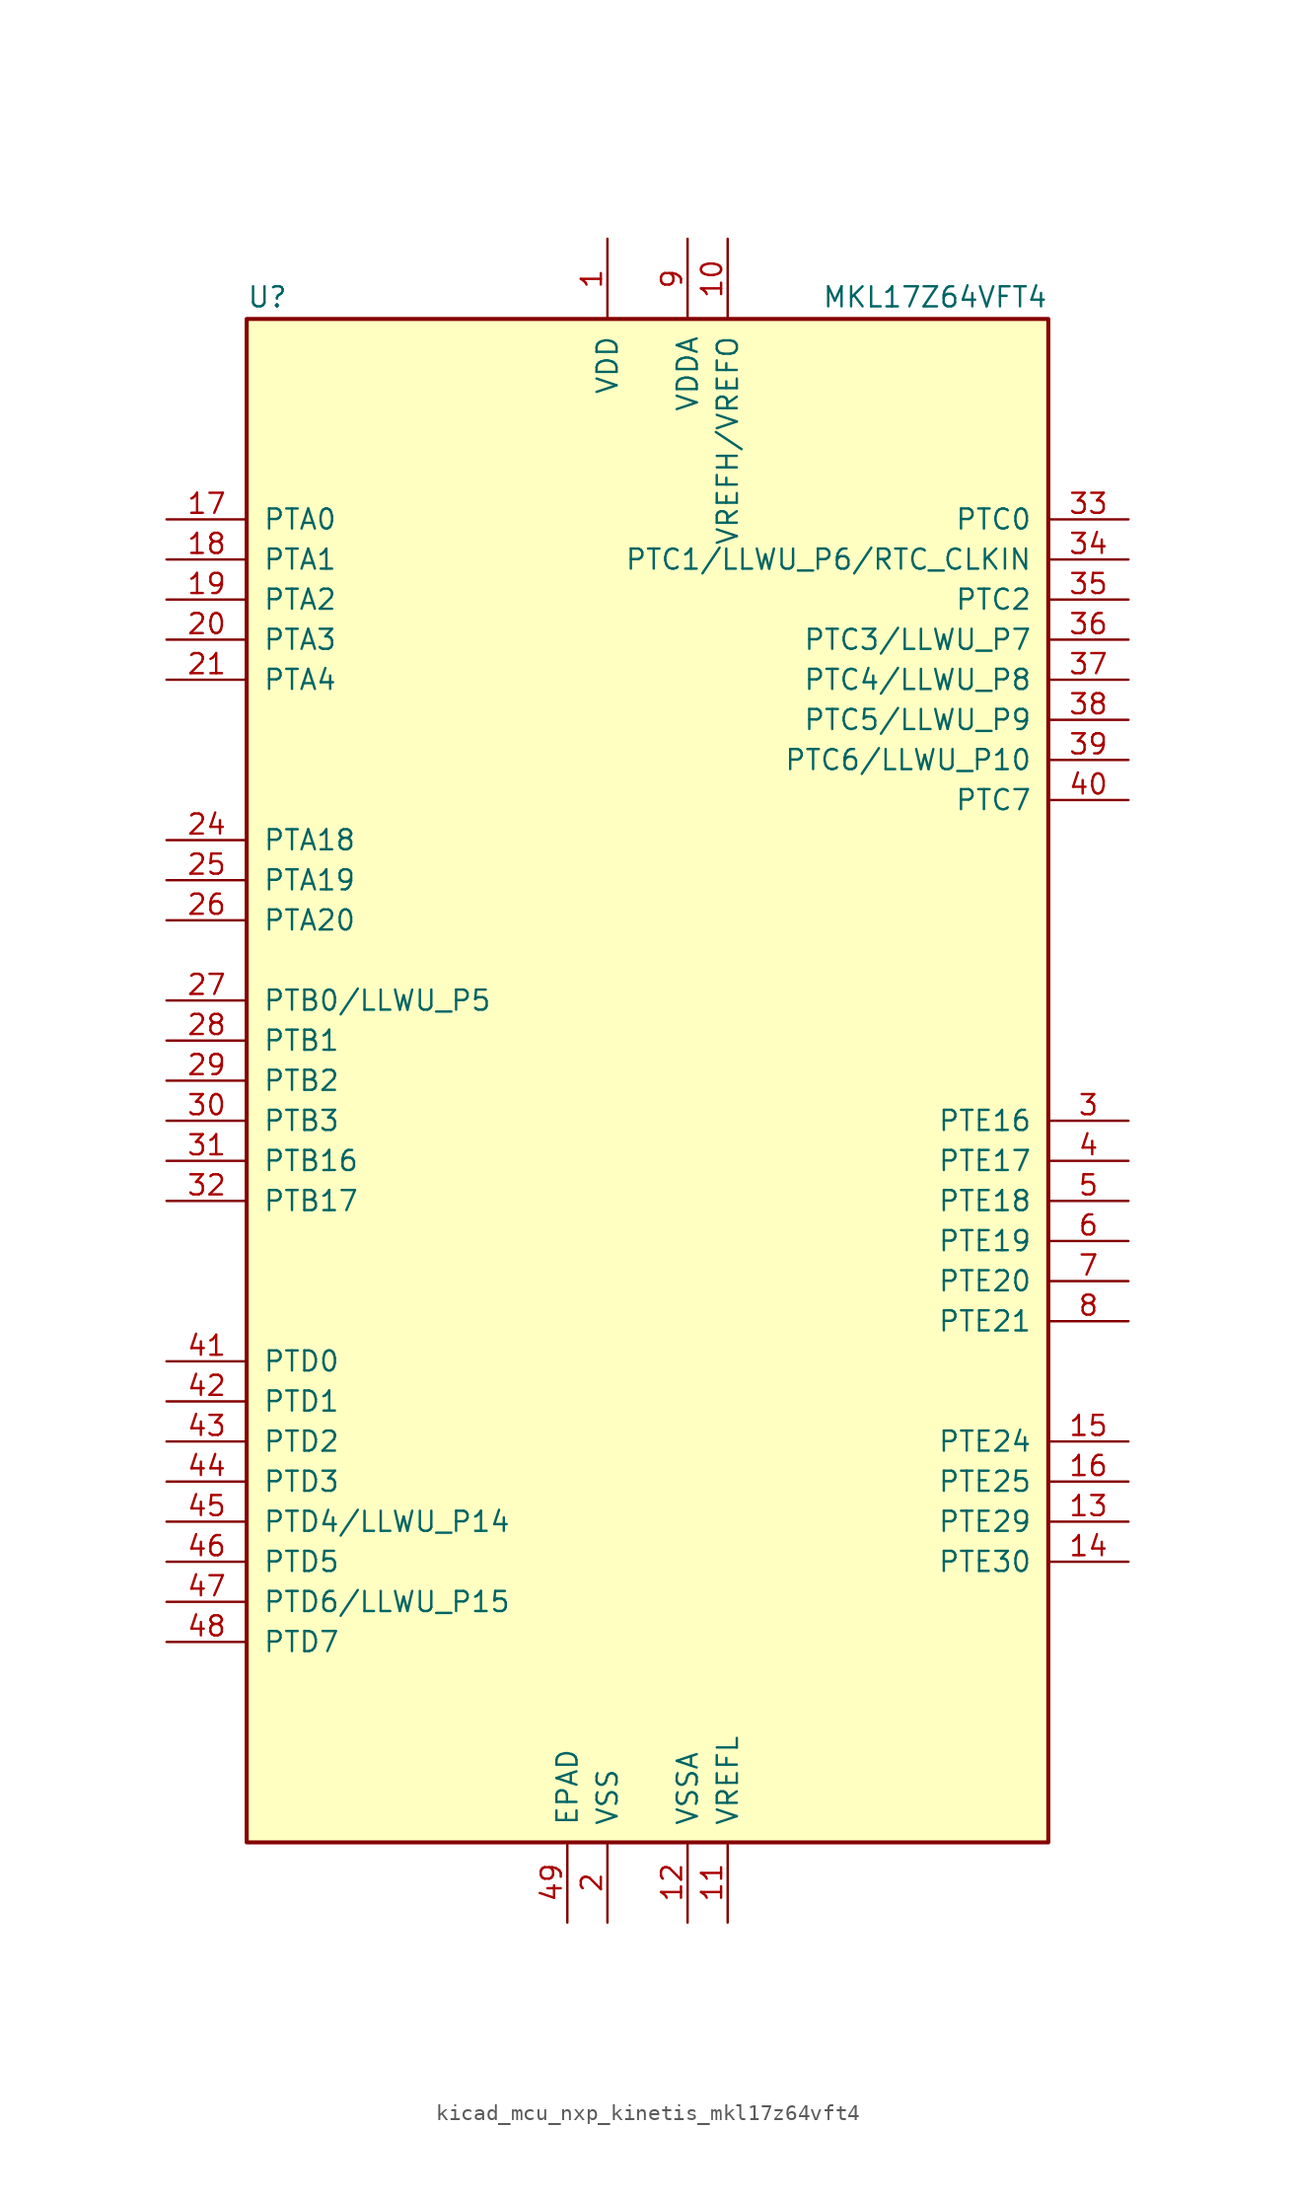
<source format=kicad_sym>
(kicad_symbol_lib
  (version 20220914)
  (generator kicad_symbol_editor)
  (symbol "kicad_mcu_nxp_kinetis_mkl17z64vft4"
    (pin_names
      (offset 1.016))
    (property "Reference" "U"
      (at -25.4 48.895 0)
      (effects (font (size 1.27 1.27)) (justify left bottom)))
    (property "Value" "MKL17Z64VFT4"
      (at 25.4 48.895 0)
      (effects (font (size 1.27 1.27)) (justify right bottom)))
    (symbol "kicad_mcu_nxp_kinetis_mkl17z64vft4_0_1"
      (rectangle (start -25.4 48.26) (end 25.4 -48.26) (stroke (width 0.254) (type default)) (fill (type background))))
    (symbol "kicad_mcu_nxp_kinetis_mkl17z64vft4_1_1"
      (pin power_in line (at -2.54 53.34 270) (length 5.08) (name "VDD" (effects (font (size 1.27 1.27)))) (number "1" (effects (font (size 1.27 1.27)))))
      (pin power_in line (at 5.08 53.34 270) (length 5.08) (name "VREFH/VREFO" (effects (font (size 1.27 1.27)))) (number "10" (effects (font (size 1.27 1.27)))))
      (pin power_in line (at 5.08 -53.34 90) (length 5.08) (name "VREFL" (effects (font (size 1.27 1.27)))) (number "11" (effects (font (size 1.27 1.27)))))
      (pin power_in line (at 2.54 -53.34 90) (length 5.08) (name "VSSA" (effects (font (size 1.27 1.27)))) (number "12" (effects (font (size 1.27 1.27)))))
      (pin bidirectional line (at 30.48 -27.94 180) (length 5.08) (name "PTE29" (effects (font (size 1.27 1.27)))) (number "13" (effects (font (size 1.27 1.27)))))
      (pin bidirectional line (at 30.48 -30.48 180) (length 5.08) (name "PTE30" (effects (font (size 1.27 1.27)))) (number "14" (effects (font (size 1.27 1.27)))))
      (pin bidirectional line (at 30.48 -22.86 180) (length 5.08) (name "PTE24" (effects (font (size 1.27 1.27)))) (number "15" (effects (font (size 1.27 1.27)))))
      (pin bidirectional line (at 30.48 -25.4 180) (length 5.08) (name "PTE25" (effects (font (size 1.27 1.27)))) (number "16" (effects (font (size 1.27 1.27)))))
      (pin bidirectional line (at -30.48 35.56 0) (length 5.08) (name "PTA0" (effects (font (size 1.27 1.27)))) (number "17" (effects (font (size 1.27 1.27)))))
      (pin bidirectional line (at -30.48 33.02 0) (length 5.08) (name "PTA1" (effects (font (size 1.27 1.27)))) (number "18" (effects (font (size 1.27 1.27)))))
      (pin bidirectional line (at -30.48 30.48 0) (length 5.08) (name "PTA2" (effects (font (size 1.27 1.27)))) (number "19" (effects (font (size 1.27 1.27)))))
      (pin power_in line (at -2.54 -53.34 90) (length 5.08) (name "VSS" (effects (font (size 1.27 1.27)))) (number "2" (effects (font (size 1.27 1.27)))))
      (pin bidirectional line (at -30.48 27.94 0) (length 5.08) (name "PTA3" (effects (font (size 1.27 1.27)))) (number "20" (effects (font (size 1.27 1.27)))))
      (pin bidirectional line (at -30.48 25.4 0) (length 5.08) (name "PTA4" (effects (font (size 1.27 1.27)))) (number "21" (effects (font (size 1.27 1.27)))))
      (pin passive line (at -2.54 53.34 270) (length 5.08) hide (name "VDD" (effects (font (size 1.27 1.27)))) (number "22" (effects (font (size 1.27 1.27)))))
      (pin passive line (at -2.54 -53.34 90) (length 5.08) hide (name "VSS" (effects (font (size 1.27 1.27)))) (number "23" (effects (font (size 1.27 1.27)))))
      (pin bidirectional line (at -30.48 15.24 0) (length 5.08) (name "PTA18" (effects (font (size 1.27 1.27)))) (number "24" (effects (font (size 1.27 1.27)))))
      (pin bidirectional line (at -30.48 12.7 0) (length 5.08) (name "PTA19" (effects (font (size 1.27 1.27)))) (number "25" (effects (font (size 1.27 1.27)))))
      (pin bidirectional line (at -30.48 10.16 0) (length 5.08) (name "PTA20" (effects (font (size 1.27 1.27)))) (number "26" (effects (font (size 1.27 1.27)))))
      (pin bidirectional line (at -30.48 5.08 0) (length 5.08) (name "PTB0/LLWU_P5" (effects (font (size 1.27 1.27)))) (number "27" (effects (font (size 1.27 1.27)))))
      (pin bidirectional line (at -30.48 2.54 0) (length 5.08) (name "PTB1" (effects (font (size 1.27 1.27)))) (number "28" (effects (font (size 1.27 1.27)))))
      (pin bidirectional line (at -30.48 0 0) (length 5.08) (name "PTB2" (effects (font (size 1.27 1.27)))) (number "29" (effects (font (size 1.27 1.27)))))
      (pin bidirectional line (at 30.48 -2.54 180) (length 5.08) (name "PTE16" (effects (font (size 1.27 1.27)))) (number "3" (effects (font (size 1.27 1.27)))))
      (pin bidirectional line (at -30.48 -2.54 0) (length 5.08) (name "PTB3" (effects (font (size 1.27 1.27)))) (number "30" (effects (font (size 1.27 1.27)))))
      (pin bidirectional line (at -30.48 -5.08 0) (length 5.08) (name "PTB16" (effects (font (size 1.27 1.27)))) (number "31" (effects (font (size 1.27 1.27)))))
      (pin bidirectional line (at -30.48 -7.62 0) (length 5.08) (name "PTB17" (effects (font (size 1.27 1.27)))) (number "32" (effects (font (size 1.27 1.27)))))
      (pin bidirectional line (at 30.48 35.56 180) (length 5.08) (name "PTC0" (effects (font (size 1.27 1.27)))) (number "33" (effects (font (size 1.27 1.27)))))
      (pin bidirectional line (at 30.48 33.02 180) (length 5.08) (name "PTC1/LLWU_P6/RTC_CLKIN" (effects (font (size 1.27 1.27)))) (number "34" (effects (font (size 1.27 1.27)))))
      (pin bidirectional line (at 30.48 30.48 180) (length 5.08) (name "PTC2" (effects (font (size 1.27 1.27)))) (number "35" (effects (font (size 1.27 1.27)))))
      (pin bidirectional line (at 30.48 27.94 180) (length 5.08) (name "PTC3/LLWU_P7" (effects (font (size 1.27 1.27)))) (number "36" (effects (font (size 1.27 1.27)))))
      (pin bidirectional line (at 30.48 25.4 180) (length 5.08) (name "PTC4/LLWU_P8" (effects (font (size 1.27 1.27)))) (number "37" (effects (font (size 1.27 1.27)))))
      (pin bidirectional line (at 30.48 22.86 180) (length 5.08) (name "PTC5/LLWU_P9" (effects (font (size 1.27 1.27)))) (number "38" (effects (font (size 1.27 1.27)))))
      (pin bidirectional line (at 30.48 20.32 180) (length 5.08) (name "PTC6/LLWU_P10" (effects (font (size 1.27 1.27)))) (number "39" (effects (font (size 1.27 1.27)))))
      (pin bidirectional line (at 30.48 -5.08 180) (length 5.08) (name "PTE17" (effects (font (size 1.27 1.27)))) (number "4" (effects (font (size 1.27 1.27)))))
      (pin bidirectional line (at 30.48 17.78 180) (length 5.08) (name "PTC7" (effects (font (size 1.27 1.27)))) (number "40" (effects (font (size 1.27 1.27)))))
      (pin bidirectional line (at -30.48 -17.78 0) (length 5.08) (name "PTD0" (effects (font (size 1.27 1.27)))) (number "41" (effects (font (size 1.27 1.27)))))
      (pin bidirectional line (at -30.48 -20.32 0) (length 5.08) (name "PTD1" (effects (font (size 1.27 1.27)))) (number "42" (effects (font (size 1.27 1.27)))))
      (pin bidirectional line (at -30.48 -22.86 0) (length 5.08) (name "PTD2" (effects (font (size 1.27 1.27)))) (number "43" (effects (font (size 1.27 1.27)))))
      (pin bidirectional line (at -30.48 -25.4 0) (length 5.08) (name "PTD3" (effects (font (size 1.27 1.27)))) (number "44" (effects (font (size 1.27 1.27)))))
      (pin bidirectional line (at -30.48 -27.94 0) (length 5.08) (name "PTD4/LLWU_P14" (effects (font (size 1.27 1.27)))) (number "45" (effects (font (size 1.27 1.27)))))
      (pin bidirectional line (at -30.48 -30.48 0) (length 5.08) (name "PTD5" (effects (font (size 1.27 1.27)))) (number "46" (effects (font (size 1.27 1.27)))))
      (pin bidirectional line (at -30.48 -33.02 0) (length 5.08) (name "PTD6/LLWU_P15" (effects (font (size 1.27 1.27)))) (number "47" (effects (font (size 1.27 1.27)))))
      (pin bidirectional line (at -30.48 -35.56 0) (length 5.08) (name "PTD7" (effects (font (size 1.27 1.27)))) (number "48" (effects (font (size 1.27 1.27)))))
      (pin power_in line (at -5.08 -53.34 90) (length 5.08) (name "EPAD" (effects (font (size 1.27 1.27)))) (number "49" (effects (font (size 1.27 1.27)))))
      (pin bidirectional line (at 30.48 -7.62 180) (length 5.08) (name "PTE18" (effects (font (size 1.27 1.27)))) (number "5" (effects (font (size 1.27 1.27)))))
      (pin bidirectional line (at 30.48 -10.16 180) (length 5.08) (name "PTE19" (effects (font (size 1.27 1.27)))) (number "6" (effects (font (size 1.27 1.27)))))
      (pin bidirectional line (at 30.48 -12.7 180) (length 5.08) (name "PTE20" (effects (font (size 1.27 1.27)))) (number "7" (effects (font (size 1.27 1.27)))))
      (pin bidirectional line (at 30.48 -15.24 180) (length 5.08) (name "PTE21" (effects (font (size 1.27 1.27)))) (number "8" (effects (font (size 1.27 1.27)))))
      (pin power_in line (at 2.54 53.34 270) (length 5.08) (name "VDDA" (effects (font (size 1.27 1.27)))) (number "9" (effects (font (size 1.27 1.27))))))))
</source>
